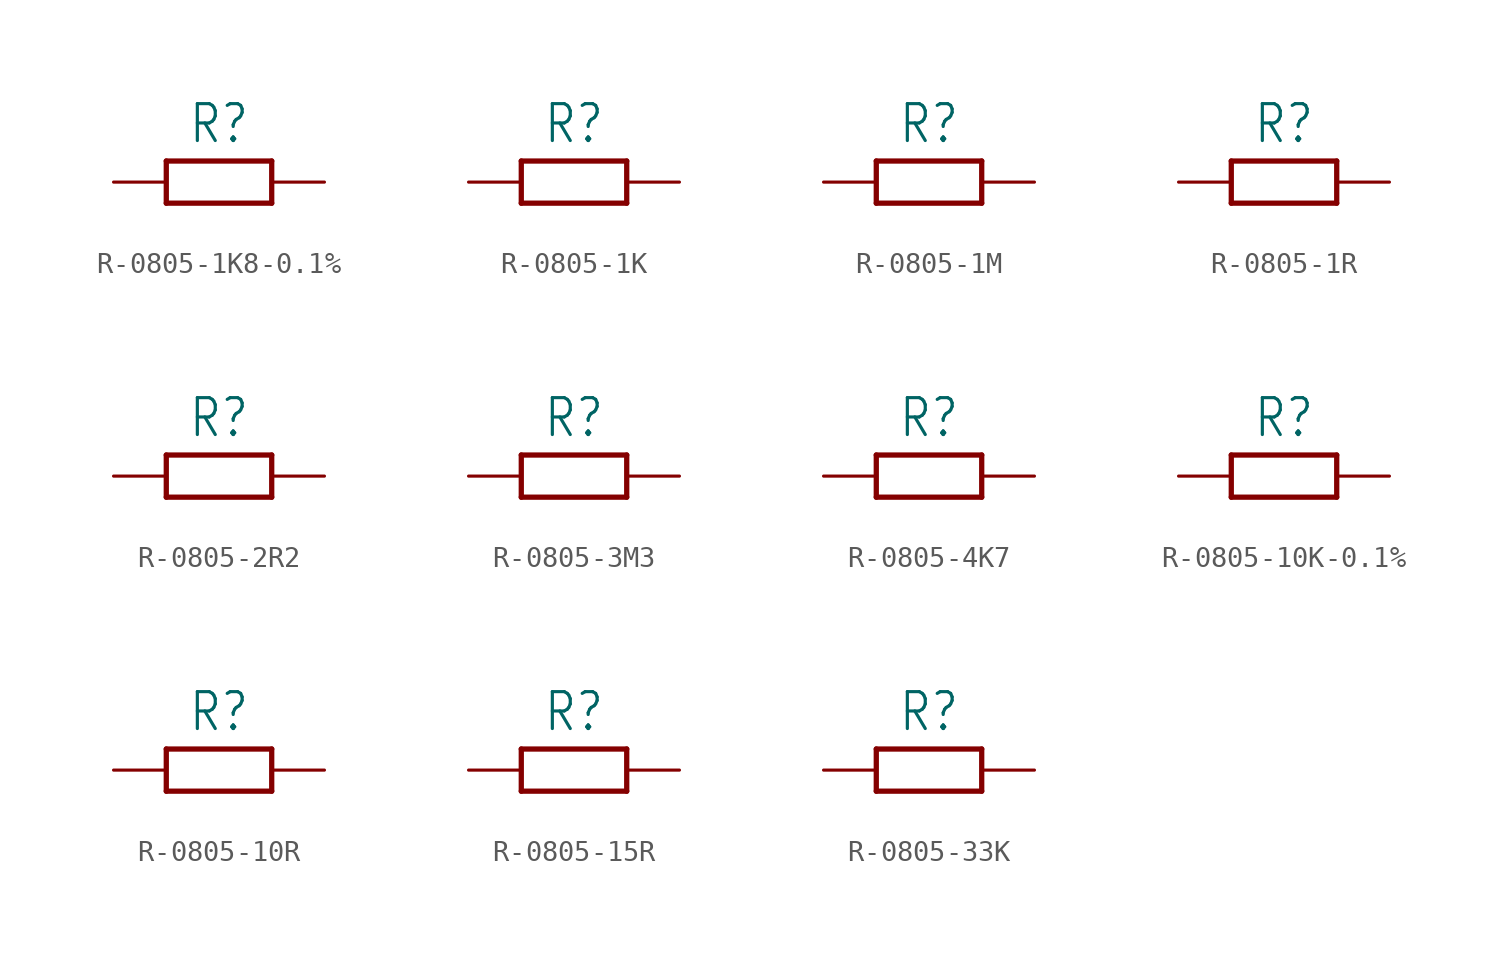
<source format=kicad_sym>
(kicad_symbol_lib
  (version 20231120)
  (generator "kicad_symbol_editor")
  (generator_version "8.0")
  (symbol "R-0805-1K8-0.1%"
    (property "Reference" "R"
      (at 0 1.778 0)
      (effects (font (size 1.778 1.511)) (justify bottom)))
    (property "Value" ""
      (at 0 -1.778 0)
      (effects (font (size 1.778 1.511)) (justify top)))
    (property "ki_locked" ""
      (at 0 0 0)
      (effects (font (size 1.27 1.27))))
    (symbol "R-0805-1K8-0.1%_1_0"
      (polyline (pts (xy -2.54 -1.016) (xy -2.54 1.016)) (stroke (width 0.254) (type solid)) (fill (type none)))
      (polyline (pts (xy -2.54 1.016) (xy 2.54 1.016)) (stroke (width 0.254) (type solid)) (fill (type none)))
      (polyline (pts (xy 2.54 -1.016) (xy -2.54 -1.016)) (stroke (width 0.254) (type solid)) (fill (type none)))
      (polyline (pts (xy 2.54 1.016) (xy 2.54 -1.016)) (stroke (width 0.254) (type solid)) (fill (type none)))
      (pin passive line (at -5.08 0 0) (length 2.54) (name "1" (effects (font (size 0 0)))) (number "1" (effects (font (size 0 0)))))
      (pin passive line (at 5.08 0 180) (length 2.54) (name "2" (effects (font (size 0 0)))) (number "2" (effects (font (size 0 0)))))))
  (symbol "R-0805-1K"
    (property "Reference" "R"
      (at 0 1.778 0)
      (effects (font (size 1.778 1.511)) (justify bottom)))
    (property "Value" ""
      (at 0 -1.778 0)
      (effects (font (size 1.778 1.511)) (justify top)))
    (property "ki_locked" ""
      (at 0 0 0)
      (effects (font (size 1.27 1.27))))
    (symbol "R-0805-1K_1_0"
      (polyline (pts (xy -2.54 -1.016) (xy -2.54 1.016)) (stroke (width 0.254) (type solid)) (fill (type none)))
      (polyline (pts (xy -2.54 1.016) (xy 2.54 1.016)) (stroke (width 0.254) (type solid)) (fill (type none)))
      (polyline (pts (xy 2.54 -1.016) (xy -2.54 -1.016)) (stroke (width 0.254) (type solid)) (fill (type none)))
      (polyline (pts (xy 2.54 1.016) (xy 2.54 -1.016)) (stroke (width 0.254) (type solid)) (fill (type none)))
      (pin passive line (at -5.08 0 0) (length 2.54) (name "1" (effects (font (size 0 0)))) (number "1" (effects (font (size 0 0)))))
      (pin passive line (at 5.08 0 180) (length 2.54) (name "2" (effects (font (size 0 0)))) (number "2" (effects (font (size 0 0)))))))
  (symbol "R-0805-1M"
    (property "Reference" "R"
      (at 0 1.778 0)
      (effects (font (size 1.778 1.511)) (justify bottom)))
    (property "Value" ""
      (at 0 -1.778 0)
      (effects (font (size 1.778 1.511)) (justify top)))
    (property "ki_locked" ""
      (at 0 0 0)
      (effects (font (size 1.27 1.27))))
    (symbol "R-0805-1M_1_0"
      (polyline (pts (xy -2.54 -1.016) (xy -2.54 1.016)) (stroke (width 0.254) (type solid)) (fill (type none)))
      (polyline (pts (xy -2.54 1.016) (xy 2.54 1.016)) (stroke (width 0.254) (type solid)) (fill (type none)))
      (polyline (pts (xy 2.54 -1.016) (xy -2.54 -1.016)) (stroke (width 0.254) (type solid)) (fill (type none)))
      (polyline (pts (xy 2.54 1.016) (xy 2.54 -1.016)) (stroke (width 0.254) (type solid)) (fill (type none)))
      (pin passive line (at -5.08 0 0) (length 2.54) (name "1" (effects (font (size 0 0)))) (number "1" (effects (font (size 0 0)))))
      (pin passive line (at 5.08 0 180) (length 2.54) (name "2" (effects (font (size 0 0)))) (number "2" (effects (font (size 0 0)))))))
  (symbol "R-0805-1R"
    (property "Reference" "R"
      (at 0 1.778 0)
      (effects (font (size 1.778 1.511)) (justify bottom)))
    (property "Value" ""
      (at 0 -1.778 0)
      (effects (font (size 1.778 1.511)) (justify top)))
    (property "ki_locked" ""
      (at 0 0 0)
      (effects (font (size 1.27 1.27))))
    (symbol "R-0805-1R_1_0"
      (polyline (pts (xy -2.54 -1.016) (xy -2.54 1.016)) (stroke (width 0.254) (type solid)) (fill (type none)))
      (polyline (pts (xy -2.54 1.016) (xy 2.54 1.016)) (stroke (width 0.254) (type solid)) (fill (type none)))
      (polyline (pts (xy 2.54 -1.016) (xy -2.54 -1.016)) (stroke (width 0.254) (type solid)) (fill (type none)))
      (polyline (pts (xy 2.54 1.016) (xy 2.54 -1.016)) (stroke (width 0.254) (type solid)) (fill (type none)))
      (pin passive line (at -5.08 0 0) (length 2.54) (name "1" (effects (font (size 0 0)))) (number "1" (effects (font (size 0 0)))))
      (pin passive line (at 5.08 0 180) (length 2.54) (name "2" (effects (font (size 0 0)))) (number "2" (effects (font (size 0 0)))))))
  (symbol "R-0805-2R2"
    (property "Reference" "R"
      (at 0 1.778 0)
      (effects (font (size 1.778 1.511)) (justify bottom)))
    (property "Value" ""
      (at 0 -1.778 0)
      (effects (font (size 1.778 1.511)) (justify top)))
    (property "ki_locked" ""
      (at 0 0 0)
      (effects (font (size 1.27 1.27))))
    (symbol "R-0805-2R2_1_0"
      (polyline (pts (xy -2.54 -1.016) (xy -2.54 1.016)) (stroke (width 0.254) (type solid)) (fill (type none)))
      (polyline (pts (xy -2.54 1.016) (xy 2.54 1.016)) (stroke (width 0.254) (type solid)) (fill (type none)))
      (polyline (pts (xy 2.54 -1.016) (xy -2.54 -1.016)) (stroke (width 0.254) (type solid)) (fill (type none)))
      (polyline (pts (xy 2.54 1.016) (xy 2.54 -1.016)) (stroke (width 0.254) (type solid)) (fill (type none)))
      (pin passive line (at -5.08 0 0) (length 2.54) (name "1" (effects (font (size 0 0)))) (number "1" (effects (font (size 0 0)))))
      (pin passive line (at 5.08 0 180) (length 2.54) (name "2" (effects (font (size 0 0)))) (number "2" (effects (font (size 0 0)))))))
  (symbol "R-0805-3M3"
    (property "Reference" "R"
      (at 0 1.778 0)
      (effects (font (size 1.778 1.511)) (justify bottom)))
    (property "Value" ""
      (at 0 -1.778 0)
      (effects (font (size 1.778 1.511)) (justify top)))
    (property "ki_locked" ""
      (at 0 0 0)
      (effects (font (size 1.27 1.27))))
    (symbol "R-0805-3M3_1_0"
      (polyline (pts (xy -2.54 -1.016) (xy -2.54 1.016)) (stroke (width 0.254) (type solid)) (fill (type none)))
      (polyline (pts (xy -2.54 1.016) (xy 2.54 1.016)) (stroke (width 0.254) (type solid)) (fill (type none)))
      (polyline (pts (xy 2.54 -1.016) (xy -2.54 -1.016)) (stroke (width 0.254) (type solid)) (fill (type none)))
      (polyline (pts (xy 2.54 1.016) (xy 2.54 -1.016)) (stroke (width 0.254) (type solid)) (fill (type none)))
      (pin passive line (at -5.08 0 0) (length 2.54) (name "1" (effects (font (size 0 0)))) (number "1" (effects (font (size 0 0)))))
      (pin passive line (at 5.08 0 180) (length 2.54) (name "2" (effects (font (size 0 0)))) (number "2" (effects (font (size 0 0)))))))
  (symbol "R-0805-4K7"
    (property "Reference" "R"
      (at 0 1.778 0)
      (effects (font (size 1.778 1.511)) (justify bottom)))
    (property "Value" ""
      (at 0 -1.778 0)
      (effects (font (size 1.778 1.511)) (justify top)))
    (property "ki_locked" ""
      (at 0 0 0)
      (effects (font (size 1.27 1.27))))
    (symbol "R-0805-4K7_1_0"
      (polyline (pts (xy -2.54 -1.016) (xy -2.54 1.016)) (stroke (width 0.254) (type solid)) (fill (type none)))
      (polyline (pts (xy -2.54 1.016) (xy 2.54 1.016)) (stroke (width 0.254) (type solid)) (fill (type none)))
      (polyline (pts (xy 2.54 -1.016) (xy -2.54 -1.016)) (stroke (width 0.254) (type solid)) (fill (type none)))
      (polyline (pts (xy 2.54 1.016) (xy 2.54 -1.016)) (stroke (width 0.254) (type solid)) (fill (type none)))
      (pin passive line (at -5.08 0 0) (length 2.54) (name "1" (effects (font (size 0 0)))) (number "1" (effects (font (size 0 0)))))
      (pin passive line (at 5.08 0 180) (length 2.54) (name "2" (effects (font (size 0 0)))) (number "2" (effects (font (size 0 0)))))))
  (symbol "R-0805-10K-0.1%"
    (property "Reference" "R"
      (at 0 1.778 0)
      (effects (font (size 1.778 1.511)) (justify bottom)))
    (property "Value" ""
      (at 0 -1.778 0)
      (effects (font (size 1.778 1.511)) (justify top)))
    (property "ki_locked" ""
      (at 0 0 0)
      (effects (font (size 1.27 1.27))))
    (symbol "R-0805-10K-0.1%_1_0"
      (polyline (pts (xy -2.54 -1.016) (xy -2.54 1.016)) (stroke (width 0.254) (type solid)) (fill (type none)))
      (polyline (pts (xy -2.54 1.016) (xy 2.54 1.016)) (stroke (width 0.254) (type solid)) (fill (type none)))
      (polyline (pts (xy 2.54 -1.016) (xy -2.54 -1.016)) (stroke (width 0.254) (type solid)) (fill (type none)))
      (polyline (pts (xy 2.54 1.016) (xy 2.54 -1.016)) (stroke (width 0.254) (type solid)) (fill (type none)))
      (pin passive line (at -5.08 0 0) (length 2.54) (name "1" (effects (font (size 0 0)))) (number "1" (effects (font (size 0 0)))))
      (pin passive line (at 5.08 0 180) (length 2.54) (name "2" (effects (font (size 0 0)))) (number "2" (effects (font (size 0 0)))))))
  (symbol "R-0805-10R"
    (property "Reference" "R"
      (at 0 1.778 0)
      (effects (font (size 1.778 1.511)) (justify bottom)))
    (property "Value" ""
      (at 0 -1.778 0)
      (effects (font (size 1.778 1.511)) (justify top)))
    (property "ki_locked" ""
      (at 0 0 0)
      (effects (font (size 1.27 1.27))))
    (symbol "R-0805-10R_1_0"
      (polyline (pts (xy -2.54 -1.016) (xy -2.54 1.016)) (stroke (width 0.254) (type solid)) (fill (type none)))
      (polyline (pts (xy -2.54 1.016) (xy 2.54 1.016)) (stroke (width 0.254) (type solid)) (fill (type none)))
      (polyline (pts (xy 2.54 -1.016) (xy -2.54 -1.016)) (stroke (width 0.254) (type solid)) (fill (type none)))
      (polyline (pts (xy 2.54 1.016) (xy 2.54 -1.016)) (stroke (width 0.254) (type solid)) (fill (type none)))
      (pin passive line (at -5.08 0 0) (length 2.54) (name "1" (effects (font (size 0 0)))) (number "1" (effects (font (size 0 0)))))
      (pin passive line (at 5.08 0 180) (length 2.54) (name "2" (effects (font (size 0 0)))) (number "2" (effects (font (size 0 0)))))))
  (symbol "R-0805-15R"
    (property "Reference" "R"
      (at 0 1.778 0)
      (effects (font (size 1.778 1.511)) (justify bottom)))
    (property "Value" ""
      (at 0 -1.778 0)
      (effects (font (size 1.778 1.511)) (justify top)))
    (property "ki_locked" ""
      (at 0 0 0)
      (effects (font (size 1.27 1.27))))
    (symbol "R-0805-15R_1_0"
      (polyline (pts (xy -2.54 -1.016) (xy -2.54 1.016)) (stroke (width 0.254) (type solid)) (fill (type none)))
      (polyline (pts (xy -2.54 1.016) (xy 2.54 1.016)) (stroke (width 0.254) (type solid)) (fill (type none)))
      (polyline (pts (xy 2.54 -1.016) (xy -2.54 -1.016)) (stroke (width 0.254) (type solid)) (fill (type none)))
      (polyline (pts (xy 2.54 1.016) (xy 2.54 -1.016)) (stroke (width 0.254) (type solid)) (fill (type none)))
      (pin passive line (at -5.08 0 0) (length 2.54) (name "1" (effects (font (size 0 0)))) (number "1" (effects (font (size 0 0)))))
      (pin passive line (at 5.08 0 180) (length 2.54) (name "2" (effects (font (size 0 0)))) (number "2" (effects (font (size 0 0)))))))
  (symbol "R-0805-33K"
    (property "Reference" "R"
      (at 0 1.778 0)
      (effects (font (size 1.778 1.511)) (justify bottom)))
    (property "Value" ""
      (at 0 -1.778 0)
      (effects (font (size 1.778 1.511)) (justify top)))
    (property "ki_locked" ""
      (at 0 0 0)
      (effects (font (size 1.27 1.27))))
    (symbol "R-0805-33K_1_0"
      (polyline (pts (xy -2.54 -1.016) (xy -2.54 1.016)) (stroke (width 0.254) (type solid)) (fill (type none)))
      (polyline (pts (xy -2.54 1.016) (xy 2.54 1.016)) (stroke (width 0.254) (type solid)) (fill (type none)))
      (polyline (pts (xy 2.54 -1.016) (xy -2.54 -1.016)) (stroke (width 0.254) (type solid)) (fill (type none)))
      (polyline (pts (xy 2.54 1.016) (xy 2.54 -1.016)) (stroke (width 0.254) (type solid)) (fill (type none)))
      (pin passive line (at -5.08 0 0) (length 2.54) (name "1" (effects (font (size 0 0)))) (number "1" (effects (font (size 0 0)))))
      (pin passive line (at 5.08 0 180) (length 2.54) (name "2" (effects (font (size 0 0)))) (number "2" (effects (font (size 0 0))))))))
</source>
